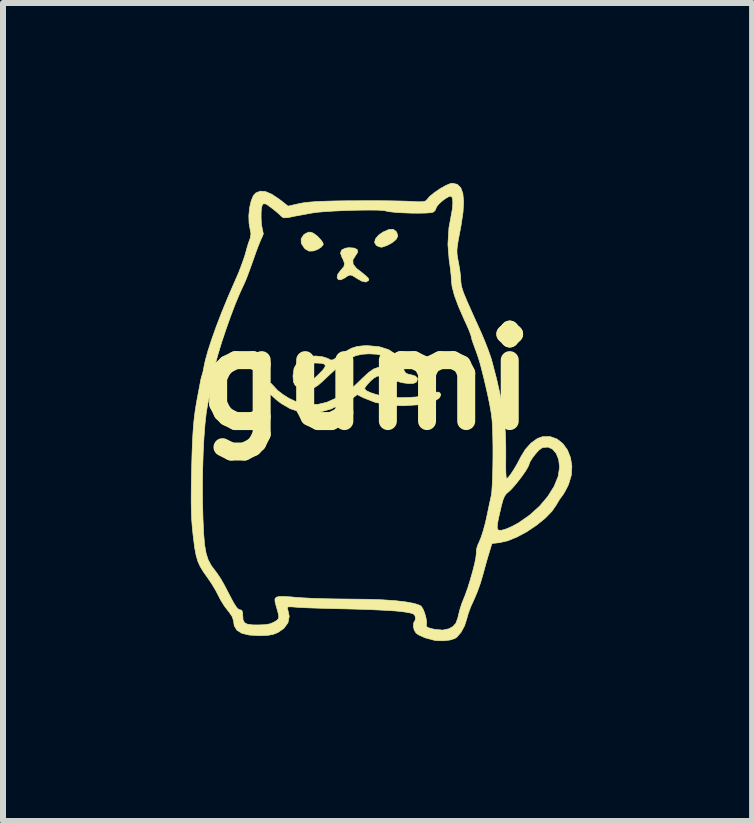
<source format=kicad_pcb>
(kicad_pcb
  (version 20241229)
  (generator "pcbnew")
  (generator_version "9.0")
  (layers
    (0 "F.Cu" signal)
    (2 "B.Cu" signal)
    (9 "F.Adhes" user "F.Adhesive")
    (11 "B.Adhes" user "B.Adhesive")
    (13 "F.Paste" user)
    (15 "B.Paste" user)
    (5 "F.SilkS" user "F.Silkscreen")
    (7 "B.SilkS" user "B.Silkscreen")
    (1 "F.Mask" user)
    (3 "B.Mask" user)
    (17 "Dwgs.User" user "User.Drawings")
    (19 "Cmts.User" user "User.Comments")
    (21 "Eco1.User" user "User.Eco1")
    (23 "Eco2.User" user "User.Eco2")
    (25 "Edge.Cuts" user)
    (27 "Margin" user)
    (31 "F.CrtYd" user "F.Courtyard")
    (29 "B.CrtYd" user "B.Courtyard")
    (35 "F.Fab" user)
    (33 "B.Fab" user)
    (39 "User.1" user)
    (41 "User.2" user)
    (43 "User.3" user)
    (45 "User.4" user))
  (footprint "gumi"
    (layer "F.Cu")
    (at 3.055 3.282)
    (property "Reference" "gumi" (at 0 0 0) (layer "F.SilkS") (effects (font (size 1.524 1.524) (thickness 0.3))))
    (attr through_hole)
    (fp_poly (pts (xy 0.5 -2.473) (xy 0.513 -2.451) (xy 0.528 -2.396) (xy 0.507 -2.35) (xy 0.493 -2.333) (xy 0.432 -2.284) (xy 0.351 -2.24) (xy 0.274 -2.213) (xy 0.247 -2.21) (xy 0.2 -2.224) (xy 0.168 -2.243) (xy 0.141 -2.288) (xy 0.155 -2.347) (xy 0.206 -2.409) (xy 0.279 -2.461) (xy 0.379 -2.505) (xy 0.451 -2.509) (xy 0.5 -2.473)) (stroke (width 0.01) (type solid)) (fill yes) (layer "F.SilkS"))
    (fp_poly (pts (xy -0.909 -2.457) (xy -0.872 -2.438) (xy -0.808 -2.39) (xy -0.753 -2.33) (xy -0.719 -2.281) (xy -0.716 -2.251) (xy -0.742 -2.219) (xy -0.75 -2.211) (xy -0.811 -2.171) (xy -0.883 -2.147) (xy -0.952 -2.145) (xy -1.009 -2.176) (xy -1.031 -2.197) (xy -1.081 -2.274) (xy -1.084 -2.349) (xy -1.042 -2.415) (xy -1.01 -2.438) (xy -0.954 -2.462) (xy -0.909 -2.457)) (stroke (width 0.01) (type solid)) (fill yes) (layer "F.SilkS"))
    (fp_poly (pts (xy -0.195 -2.195) (xy -0.146 -2.168) (xy -0.142 -2.123) (xy -0.174 -2.074) (xy -0.221 -1.999) (xy -0.217 -1.927) (xy -0.163 -1.859) (xy -0.152 -1.85) (xy -0.057 -1.776) (xy 0.003 -1.726) (xy 0.035 -1.694) (xy 0.046 -1.672) (xy 0.041 -1.655) (xy -0.003 -1.629) (xy -0.073 -1.644) (xy -0.152 -1.689) (xy -0.219 -1.732) (xy -0.263 -1.747) (xy -0.303 -1.734) (xy -0.354 -1.699) (xy -0.42 -1.666) (xy -0.465 -1.671) (xy -0.484 -1.706) (xy -0.472 -1.76) (xy -0.424 -1.824) (xy -0.419 -1.829) (xy -0.37 -1.887) (xy -0.36 -1.943) (xy -0.387 -2.013) (xy -0.4 -2.035) (xy -0.427 -2.11) (xy -0.409 -2.163) (xy -0.346 -2.194) (xy -0.285 -2.202) (xy -0.195 -2.195)) (stroke (width 0.01) (type solid)) (fill yes) (layer "F.SilkS"))
    (fp_poly (pts (xy 0.217 -0.551) (xy 0.374 -0.502) (xy 0.497 -0.421) (xy 0.581 -0.311) (xy 0.613 -0.225) (xy 0.635 -0.151) (xy 0.66 -0.111) (xy 0.702 -0.093) (xy 0.744 -0.085) (xy 0.824 -0.06) (xy 0.858 -0.022) (xy 0.845 0.028) (xy 0.838 0.039) (xy 0.79 0.061) (xy 0.71 0.064) (xy 0.609 0.051) (xy 0.502 0.022) (xy 0.445 -0.00039) (xy 0.331 -0.046) (xy 0.249 -0.066) (xy 0.185 -0.059) (xy 0.126 -0.025) (xy 0.076 0.019) (xy 0.02 0.079) (xy -0.017 0.128) (xy -0.025 0.148) (xy -0.001 0.18) (xy 0.068 0.214) (xy 0.176 0.249) (xy 0.297 0.278) (xy 0.403 0.293) (xy 0.534 0.299) (xy 0.677 0.297) (xy 0.816 0.289) (xy 0.94 0.274) (xy 1.034 0.254) (xy 1.068 0.241) (xy 1.153 0.208) (xy 1.214 0.207) (xy 1.243 0.238) (xy 1.245 0.253) (xy 1.221 0.303) (xy 1.154 0.348) (xy 1.054 0.386) (xy 0.929 0.412) (xy 0.889 0.417) (xy 0.608 0.434) (xy 0.363 0.42) (xy 0.147 0.376) (xy -0.043 0.301) (xy -0.149 0.248) (xy -0.218 0.302) (xy -0.275 0.339) (xy -0.321 0.356) (xy -0.323 0.356) (xy -0.368 0.37) (xy -0.428 0.404) (xy -0.437 0.41) (xy -0.58 0.486) (xy -0.751 0.534) (xy -0.933 0.551) (xy -1.107 0.535) (xy -1.125 0.531) (xy -1.27 0.481) (xy -1.412 0.398) (xy -1.493 0.337) (xy -1.598 0.241) (xy -1.655 0.162) (xy -1.664 0.098) (xy -1.662 0.092) (xy -1.629 0.055) (xy -1.584 0.062) (xy -1.536 0.113) (xy -1.534 0.115) (xy -1.475 0.179) (xy -1.385 0.248) (xy -1.281 0.313) (xy -1.178 0.361) (xy -1.13 0.377) (xy -0.957 0.41) (xy -0.804 0.411) (xy -0.656 0.376) (xy -0.496 0.305) (xy -0.462 0.287) (xy -0.376 0.238) (xy -0.309 0.196) (xy -0.248 0.15) (xy -0.181 0.091) (xy -0.096 0.009) (xy -0.06 -0.026) (xy 0.042 -0.12) (xy 0.124 -0.178) (xy 0.199 -0.205) (xy 0.278 -0.203) (xy 0.372 -0.177) (xy 0.379 -0.175) (xy 0.437 -0.159) (xy 0.471 -0.158) (xy 0.473 -0.159) (xy 0.472 -0.189) (xy 0.455 -0.245) (xy 0.448 -0.263) (xy 0.393 -0.342) (xy 0.306 -0.396) (xy 0.18 -0.425) (xy 0.046 -0.432) (xy -0.066 -0.425) (xy -0.168 -0.403) (xy -0.267 -0.359) (xy -0.373 -0.29) (xy -0.493 -0.191) (xy -0.624 -0.07) (xy -0.724 0.024) (xy -0.798 0.089) (xy -0.856 0.127) (xy -0.908 0.146) (xy -0.963 0.15) (xy -1.017 0.147) (xy -1.12 0.13) (xy -1.181 0.097) (xy -1.211 0.039) (xy -1.219 -0.056) (xy -1.219 -0.063) (xy -1.219 -0.067) (xy -1.091 -0.067) (xy -1.07 -0.002) (xy -1.017 0.041) (xy -0.969 0.05) (xy -0.936 0.034) (xy -0.878 -0.01) (xy -0.808 -0.073) (xy -0.792 -0.089) (xy -0.715 -0.169) (xy -0.68 -0.224) (xy -0.688 -0.257) (xy -0.741 -0.274) (xy -0.84 -0.279) (xy -0.846 -0.279) (xy -0.934 -0.272) (xy -0.996 -0.246) (xy -1.03 -0.217) (xy -1.079 -0.143) (xy -1.091 -0.067) (xy -1.219 -0.067) (xy -1.201 -0.193) (xy -1.143 -0.292) (xy -1.045 -0.362) (xy -1.022 -0.373) (xy -0.936 -0.393) (xy -0.829 -0.395) (xy -0.723 -0.382) (xy -0.638 -0.355) (xy -0.617 -0.342) (xy -0.585 -0.327) (xy -0.548 -0.334) (xy -0.492 -0.368) (xy -0.458 -0.393) (xy -0.34 -0.473) (xy -0.244 -0.525) (xy -0.153 -0.554) (xy -0.05 -0.566) (xy 0.028 -0.568) (xy 0.217 -0.551)) (stroke (width 0.01) (type solid)) (fill yes) (layer "F.SilkS"))
    (fp_poly (pts (xy 1.52 -3.258) (xy 1.578 -3.202) (xy 1.613 -3.107) (xy 1.626 -2.971) (xy 1.616 -2.793) (xy 1.583 -2.572) (xy 1.563 -2.465) (xy 1.538 -2.333) (xy 1.522 -2.238) (xy 1.515 -2.165) (xy 1.516 -2.1) (xy 1.526 -2.03) (xy 1.542 -1.946) (xy 1.561 -1.836) (xy 1.574 -1.732) (xy 1.579 -1.655) (xy 1.579 -1.646) (xy 1.588 -1.565) (xy 1.624 -1.45) (xy 1.686 -1.303) (xy 1.745 -1.17) (xy 1.815 -1.014) (xy 1.885 -0.859) (xy 1.923 -0.775) (xy 1.98 -0.64) (xy 2.035 -0.498) (xy 2.081 -0.368) (xy 2.103 -0.292) (xy 2.177 -0.008) (xy 2.233 0.241) (xy 2.275 0.466) (xy 2.304 0.677) (xy 2.322 0.888) (xy 2.329 1.11) (xy 2.329 1.327) (xy 2.328 1.449) (xy 2.33 1.549) (xy 2.335 1.62) (xy 2.341 1.65) (xy 2.342 1.651) (xy 2.369 1.63) (xy 2.412 1.575) (xy 2.464 1.496) (xy 2.519 1.403) (xy 2.569 1.308) (xy 2.58 1.286) (xy 2.656 1.161) (xy 2.751 1.056) (xy 2.855 0.981) (xy 2.94 0.95) (xy 3.069 0.948) (xy 3.184 0.989) (xy 3.281 1.066) (xy 3.357 1.171) (xy 3.408 1.299) (xy 3.431 1.441) (xy 3.422 1.591) (xy 3.377 1.742) (xy 3.36 1.779) (xy 3.318 1.86) (xy 3.279 1.924) (xy 3.258 1.952) (xy 3.225 1.996) (xy 3.185 2.063) (xy 3.175 2.082) (xy 3.098 2.194) (xy 2.983 2.312) (xy 2.84 2.427) (xy 2.682 2.533) (xy 2.519 2.621) (xy 2.363 2.685) (xy 2.224 2.717) (xy 2.224 2.717) (xy 2.098 2.731) (xy 2.052 2.883) (xy 2.023 2.979) (xy 1.988 3.103) (xy 1.953 3.231) (xy 1.942 3.271) (xy 1.903 3.401) (xy 1.855 3.535) (xy 1.806 3.651) (xy 1.794 3.678) (xy 1.745 3.785) (xy 1.703 3.899) (xy 1.679 3.986) (xy 1.641 4.104) (xy 1.583 4.211) (xy 1.515 4.29) (xy 1.479 4.315) (xy 1.396 4.341) (xy 1.287 4.353) (xy 1.175 4.35) (xy 1.13 4.343) (xy 0.982 4.303) (xy 0.872 4.253) (xy 0.832 4.223) (xy 0.802 4.175) (xy 0.788 4.111) (xy 0.793 4.053) (xy 0.809 4.028) (xy 0.822 3.996) (xy 0.82 3.955) (xy 0.81 3.926) (xy 0.787 3.905) (xy 0.739 3.89) (xy 0.658 3.875) (xy 0.588 3.866) (xy 0.502 3.857) (xy 0.374 3.848) (xy 0.215 3.84) (xy 0.035 3.832) (xy -0.157 3.826) (xy -0.305 3.822) (xy -0.496 3.818) (xy -0.679 3.813) (xy -0.847 3.808) (xy -0.989 3.803) (xy -1.097 3.798) (xy -1.153 3.794) (xy -1.245 3.787) (xy -1.295 3.787) (xy -1.314 3.797) (xy -1.312 3.818) (xy -1.308 3.826) (xy -1.282 3.945) (xy -1.303 4.053) (xy -1.372 4.147) (xy -1.471 4.215) (xy -1.546 4.245) (xy -1.635 4.262) (xy -1.756 4.267) (xy -1.778 4.267) (xy -1.946 4.258) (xy -2.07 4.229) (xy -2.153 4.178) (xy -2.199 4.104) (xy -2.21 4.024) (xy -2.231 3.954) (xy -2.289 3.869) (xy -2.302 3.854) (xy -2.365 3.771) (xy -2.428 3.669) (xy -2.458 3.61) (xy -2.506 3.517) (xy -2.572 3.407) (xy -2.642 3.303) (xy -2.645 3.299) (xy -2.716 3.199) (xy -2.768 3.112) (xy -2.807 3.025) (xy -2.835 2.927) (xy -2.858 2.807) (xy -2.878 2.651) (xy -2.886 2.584) (xy -2.899 2.455) (xy -2.909 2.326) (xy -2.914 2.19) (xy -2.917 2.037) (xy -2.916 1.857) (xy -2.915 1.769) (xy -2.729 1.769) (xy -2.727 2.05) (xy -2.72 2.325) (xy -2.708 2.578) (xy -2.693 2.754) (xy -2.669 2.891) (xy -2.634 3.002) (xy -2.582 3.099) (xy -2.529 3.17) (xy -2.475 3.242) (xy -2.422 3.323) (xy -2.365 3.423) (xy -2.296 3.555) (xy -2.266 3.613) (xy -2.206 3.726) (xy -2.16 3.796) (xy -2.124 3.83) (xy -2.106 3.835) (xy -2.073 3.845) (xy -2.059 3.884) (xy -2.057 3.932) (xy -2.052 4.004) (xy -2.028 4.051) (xy -1.978 4.077) (xy -1.893 4.088) (xy -1.805 4.089) (xy -1.688 4.085) (xy -1.605 4.071) (xy -1.54 4.044) (xy -1.528 4.037) (xy -1.485 4.01) (xy -1.462 3.984) (xy -1.456 3.948) (xy -1.467 3.889) (xy -1.493 3.797) (xy -1.502 3.766) (xy -1.519 3.7) (xy -1.52 3.654) (xy -1.498 3.627) (xy -1.447 3.614) (xy -1.361 3.614) (xy -1.233 3.623) (xy -1.172 3.629) (xy -1.056 3.637) (xy -0.901 3.645) (xy -0.72 3.651) (xy -0.525 3.655) (xy -0.329 3.657) (xy -0.255 3.658) (xy 0.028 3.661) (xy 0.278 3.67) (xy 0.494 3.685) (xy 0.67 3.706) (xy 0.804 3.731) (xy 0.893 3.761) (xy 0.919 3.778) (xy 0.948 3.822) (xy 0.977 3.893) (xy 0.999 3.974) (xy 1.01 4.044) (xy 1.005 4.086) (xy 1.003 4.113) (xy 1.037 4.135) (xy 1.113 4.156) (xy 1.149 4.163) (xy 1.278 4.175) (xy 1.383 4.152) (xy 1.447 4.116) (xy 1.496 4.062) (xy 1.529 3.973) (xy 1.538 3.935) (xy 1.562 3.837) (xy 1.591 3.745) (xy 1.605 3.708) (xy 1.649 3.599) (xy 1.695 3.471) (xy 1.738 3.332) (xy 1.777 3.195) (xy 1.809 3.069) (xy 1.83 2.965) (xy 1.838 2.892) (xy 1.837 2.872) (xy 1.841 2.824) (xy 1.864 2.752) (xy 1.887 2.702) (xy 1.919 2.623) (xy 1.955 2.512) (xy 1.967 2.466) (xy 2.186 2.466) (xy 2.195 2.499) (xy 2.22 2.511) (xy 2.261 2.509) (xy 2.276 2.506) (xy 2.342 2.486) (xy 2.433 2.446) (xy 2.531 2.393) (xy 2.549 2.382) (xy 2.732 2.254) (xy 2.895 2.106) (xy 3.03 1.946) (xy 3.134 1.78) (xy 3.201 1.617) (xy 3.226 1.462) (xy 3.226 1.458) (xy 3.211 1.331) (xy 3.17 1.229) (xy 3.108 1.157) (xy 3.032 1.123) (xy 2.948 1.131) (xy 2.922 1.143) (xy 2.876 1.179) (xy 2.822 1.24) (xy 2.769 1.309) (xy 2.731 1.372) (xy 2.718 1.41) (xy 2.702 1.45) (xy 2.662 1.518) (xy 2.604 1.602) (xy 2.537 1.69) (xy 2.47 1.772) (xy 2.411 1.837) (xy 2.38 1.865) (xy 2.338 1.901) (xy 2.308 1.943) (xy 2.283 2.003) (xy 2.258 2.093) (xy 2.24 2.17) (xy 2.208 2.309) (xy 2.19 2.405) (xy 2.186 2.466) (xy 1.967 2.466) (xy 1.989 2.386) (xy 2.006 2.311) (xy 2.032 2.187) (xy 2.057 2.068) (xy 2.078 1.972) (xy 2.087 1.93) (xy 2.096 1.862) (xy 2.103 1.753) (xy 2.109 1.613) (xy 2.113 1.453) (xy 2.115 1.281) (xy 2.115 1.109) (xy 2.112 0.945) (xy 2.108 0.801) (xy 2.101 0.686) (xy 2.099 0.66) (xy 2.086 0.558) (xy 2.063 0.425) (xy 2.033 0.278) (xy 2.005 0.152) (xy 1.965 -0.019) (xy 1.932 -0.15) (xy 1.906 -0.252) (xy 1.882 -0.334) (xy 1.858 -0.407) (xy 1.832 -0.48) (xy 1.814 -0.528) (xy 1.783 -0.614) (xy 1.76 -0.684) (xy 1.753 -0.721) (xy 1.742 -0.757) (xy 1.715 -0.827) (xy 1.674 -0.921) (xy 1.635 -1.005) (xy 1.539 -1.225) (xy 1.472 -1.407) (xy 1.433 -1.555) (xy 1.422 -1.661) (xy 1.418 -1.734) (xy 1.407 -1.839) (xy 1.391 -1.956) (xy 1.385 -1.994) (xy 1.364 -2.256) (xy 1.381 -2.535) (xy 1.422 -2.756) (xy 1.44 -2.858) (xy 1.446 -2.953) (xy 1.44 -3.025) (xy 1.421 -3.061) (xy 1.386 -3.057) (xy 1.33 -3.026) (xy 1.267 -2.98) (xy 1.211 -2.928) (xy 1.175 -2.883) (xy 1.169 -2.865) (xy 1.148 -2.819) (xy 1.119 -2.795) (xy 1.073 -2.785) (xy 0.989 -2.779) (xy 0.877 -2.777) (xy 0.751 -2.778) (xy 0.622 -2.783) (xy 0.501 -2.79) (xy 0.402 -2.8) (xy 0.335 -2.812) (xy 0.325 -2.816) (xy 0.277 -2.823) (xy 0.189 -2.828) (xy 0.068 -2.829) (xy -0.075 -2.828) (xy -0.232 -2.825) (xy -0.393 -2.819) (xy -0.548 -2.812) (xy -0.689 -2.803) (xy -0.807 -2.793) (xy -0.889 -2.782) (xy -0.95 -2.771) (xy -1.037 -2.755) (xy -1.092 -2.745) (xy -1.186 -2.728) (xy -1.271 -2.71) (xy -1.306 -2.703) (xy -1.376 -2.7) (xy -1.408 -2.72) (xy -1.444 -2.756) (xy -1.506 -2.809) (xy -1.578 -2.866) (xy -1.644 -2.914) (xy -1.673 -2.932) (xy -1.714 -2.933) (xy -1.73 -2.918) (xy -1.744 -2.868) (xy -1.751 -2.786) (xy -1.751 -2.688) (xy -1.745 -2.593) (xy -1.732 -2.517) (xy -1.727 -2.5) (xy -1.714 -2.431) (xy -1.735 -2.378) (xy -1.756 -2.334) (xy -1.789 -2.253) (xy -1.83 -2.146) (xy -1.873 -2.024) (xy -1.879 -2.007) (xy -1.925 -1.878) (xy -1.969 -1.758) (xy -2.007 -1.66) (xy -2.035 -1.596) (xy -2.037 -1.593) (xy -2.108 -1.439) (xy -2.184 -1.256) (xy -2.261 -1.054) (xy -2.336 -0.842) (xy -2.407 -0.63) (xy -2.469 -0.426) (xy -2.52 -0.24) (xy -2.557 -0.082) (xy -2.577 0.041) (xy -2.578 0.05) (xy -2.588 0.127) (xy -2.606 0.235) (xy -2.63 0.355) (xy -2.641 0.406) (xy -2.666 0.554) (xy -2.687 0.745) (xy -2.704 0.969) (xy -2.717 1.221) (xy -2.725 1.49) (xy -2.729 1.769) (xy -2.915 1.769) (xy -2.913 1.64) (xy -2.91 1.511) (xy -2.904 1.269) (xy -2.897 1.068) (xy -2.888 0.9) (xy -2.878 0.756) (xy -2.865 0.626) (xy -2.848 0.501) (xy -2.827 0.372) (xy -2.805 0.254) (xy -2.786 0.155) (xy -2.77 0.07) (xy -2.76 0.016) (xy -2.76 0.013) (xy -2.745 -0.05) (xy -2.736 -0.076) (xy -2.721 -0.129) (xy -2.709 -0.191) (xy -2.683 -0.316) (xy -2.638 -0.479) (xy -2.575 -0.673) (xy -2.498 -0.89) (xy -2.409 -1.121) (xy -2.311 -1.36) (xy -2.207 -1.6) (xy -2.183 -1.654) (xy -2.126 -1.785) (xy -2.073 -1.924) (xy -2.029 -2.049) (xy -2.009 -2.116) (xy -1.982 -2.215) (xy -1.955 -2.299) (xy -1.935 -2.353) (xy -1.933 -2.358) (xy -1.92 -2.434) (xy -1.931 -2.492) (xy -1.952 -2.608) (xy -1.956 -2.737) (xy -1.943 -2.866) (xy -1.917 -2.981) (xy -1.88 -3.07) (xy -1.839 -3.115) (xy -1.765 -3.144) (xy -1.679 -3.138) (xy -1.575 -3.094) (xy -1.45 -3.011) (xy -1.39 -2.965) (xy -1.302 -2.895) (xy -1.115 -2.937) (xy -1.04 -2.951) (xy -0.951 -2.961) (xy -0.839 -2.97) (xy -0.699 -2.976) (xy -0.524 -2.981) (xy -0.306 -2.984) (xy -0.229 -2.984) (xy -0.029 -2.985) (xy 0.169 -2.985) (xy 0.355 -2.984) (xy 0.519 -2.981) (xy 0.65 -2.978) (xy 0.728 -2.975) (xy 0.847 -2.968) (xy 0.925 -2.968) (xy 0.973 -2.973) (xy 1 -2.987) (xy 1.014 -3.003) (xy 1.063 -3.059) (xy 1.141 -3.122) (xy 1.233 -3.185) (xy 1.325 -3.237) (xy 1.402 -3.27) (xy 1.438 -3.277) (xy 1.52 -3.258)) (stroke (width 0.01) (type solid)) (fill yes) (layer "F.SilkS")))
  (gr_rect
    (start -3 -3)
    (end 9.491 10.64)
    (stroke (width 0.1) (type default))
    (fill no)
    (layer "Edge.Cuts")))
</source>
